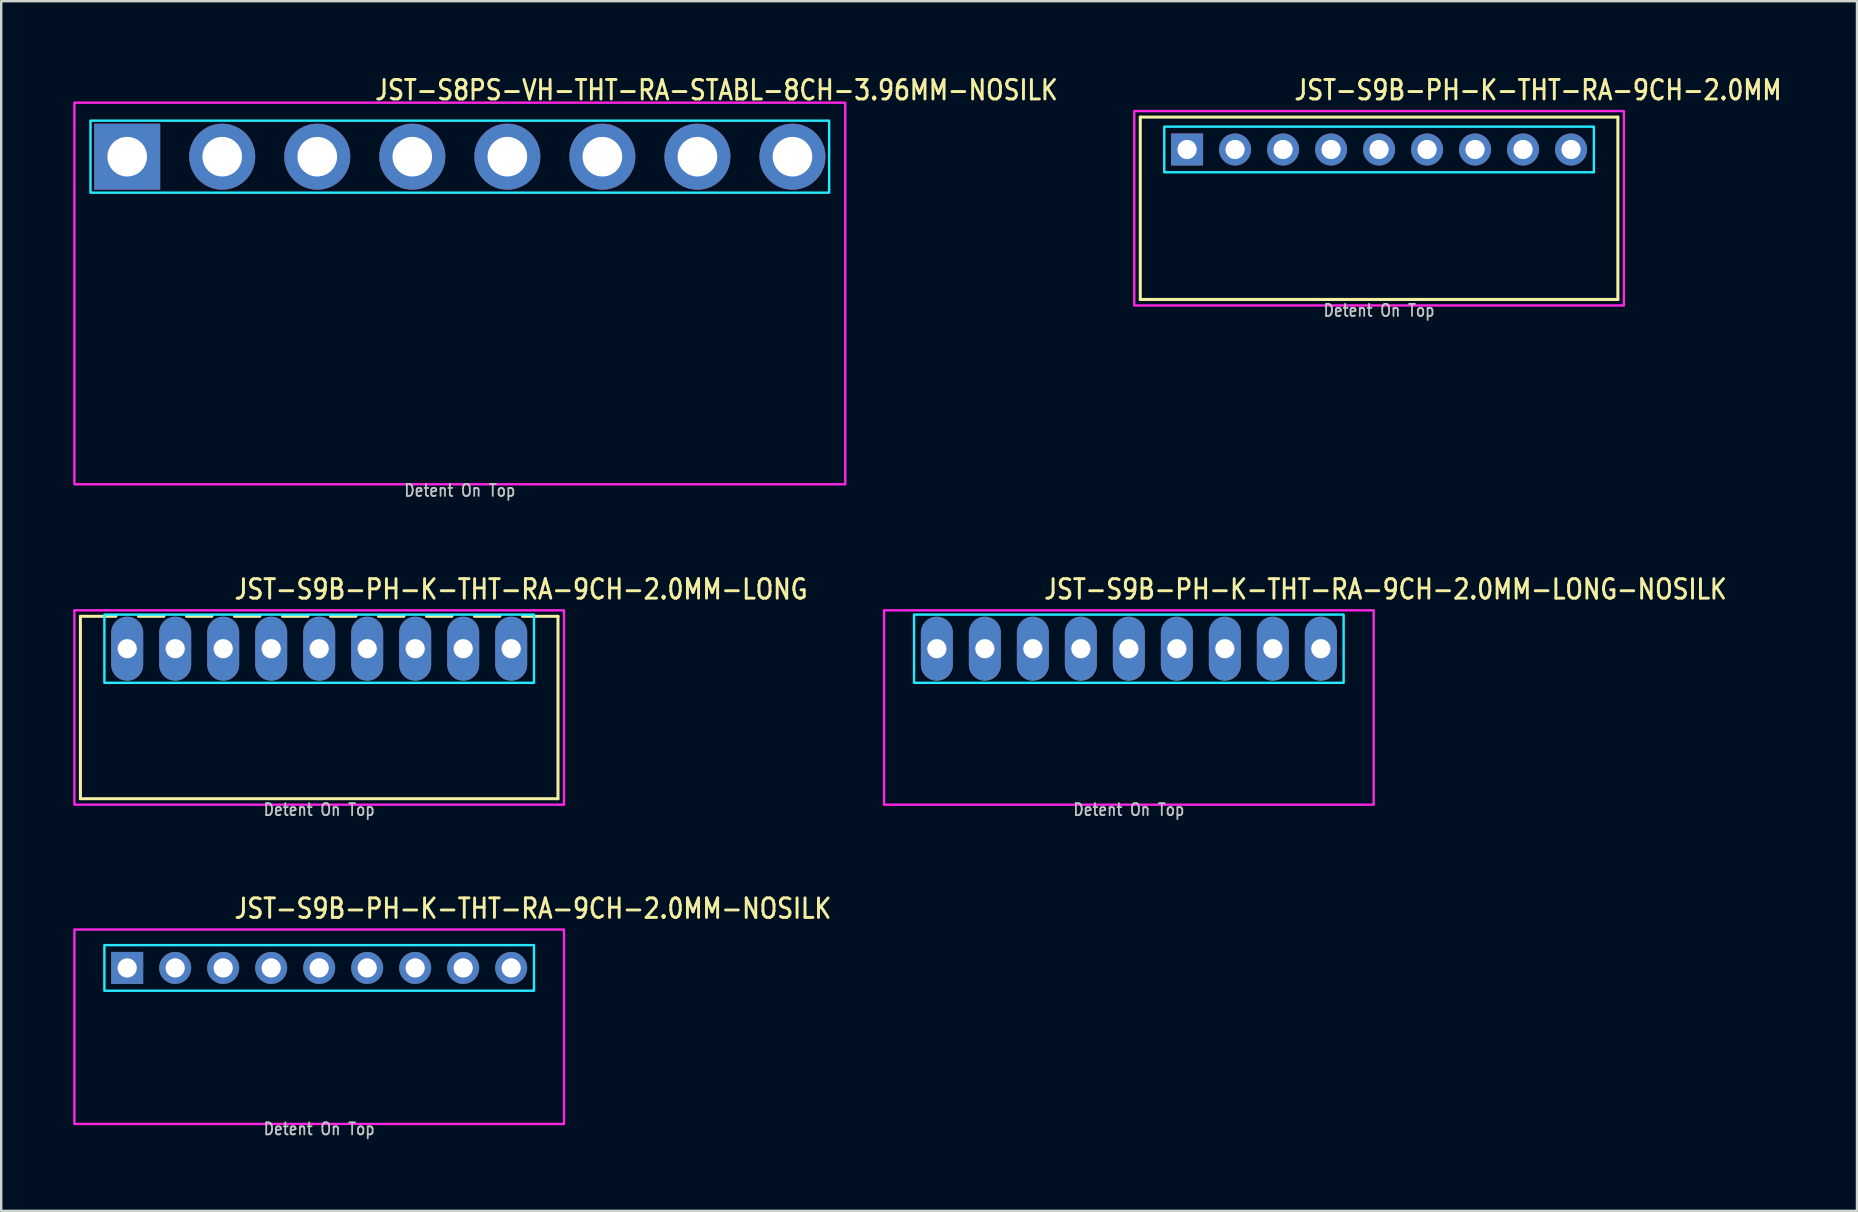
<source format=kicad_pcb>
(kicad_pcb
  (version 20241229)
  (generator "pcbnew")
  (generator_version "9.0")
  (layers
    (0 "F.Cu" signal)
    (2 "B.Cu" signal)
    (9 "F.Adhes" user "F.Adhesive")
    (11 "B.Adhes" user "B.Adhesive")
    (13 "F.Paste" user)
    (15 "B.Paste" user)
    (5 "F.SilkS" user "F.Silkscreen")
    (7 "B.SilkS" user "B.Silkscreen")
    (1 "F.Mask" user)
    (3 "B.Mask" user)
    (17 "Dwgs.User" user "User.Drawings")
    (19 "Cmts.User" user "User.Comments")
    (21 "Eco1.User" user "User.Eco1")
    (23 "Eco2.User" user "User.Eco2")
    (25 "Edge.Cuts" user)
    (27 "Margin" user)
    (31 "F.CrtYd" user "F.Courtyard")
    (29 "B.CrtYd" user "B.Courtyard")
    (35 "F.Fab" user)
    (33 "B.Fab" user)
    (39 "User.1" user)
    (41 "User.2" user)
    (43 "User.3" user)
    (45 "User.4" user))
  (footprint "JST-S8PS-VH-THT-RA-STABL-8CH-3.96MM-NOSILK"
    (layer "F.Cu")
    (at 16.11 3.479)
    (property "Reference" "JST-S8PS-VH-THT-RA-STABL-8CH-3.96MM-NOSILK" (at -3.6 -2.3 0) (unlocked yes) (layer "F.SilkS") (effects (font (size 0.813 0.695) (thickness 0.122)) (justify left bottom)))
    (fp_poly (pts (xy -15.39 -1.5) (xy -15.39 1.5) (xy 15.39 1.5) (xy 15.39 -1.5)) (stroke (width 0.1) (type solid)) (fill no) (layer "B.CrtYd"))
    (fp_poly (pts (xy -16.06 13.65) (xy 16.06 13.65) (xy 16.06 -2.25) (xy -16.06 -2.25)) (stroke (width 0.1) (type solid)) (fill no) (layer "F.CrtYd"))
    (fp_text user "Detent On Top" (at 0 14.2 0) (unlocked yes) (layer "Dwgs.User") (effects (font (size 0.5 0.427) (thickness 0.075)) (justify bottom)))
    (pad "P$1" thru_hole rect (at -13.86 0) (size 2.75 2.75) (drill 1.65) (layers "*.Cu" "*.Mask"))
    (pad "P$2" thru_hole oval (at -9.9 0) (size 2.75 2.75) (drill 1.65) (layers "*.Cu" "*.Mask"))
    (pad "P$3" thru_hole oval (at -5.94 0) (size 2.75 2.75) (drill 1.65) (layers "*.Cu" "*.Mask"))
    (pad "P$4" thru_hole oval (at -1.98 0) (size 2.75 2.75) (drill 1.65) (layers "*.Cu" "*.Mask"))
    (pad "P$5" thru_hole oval (at 1.98 0) (size 2.75 2.75) (drill 1.65) (layers "*.Cu" "*.Mask"))
    (pad "P$6" thru_hole oval (at 5.94 0) (size 2.75 2.75) (drill 1.65) (layers "*.Cu" "*.Mask"))
    (pad "P$7" thru_hole oval (at 9.9 0) (size 2.75 2.75) (drill 1.65) (layers "*.Cu" "*.Mask"))
    (pad "P$8" thru_hole oval (at 13.86 0) (size 2.75 2.75) (drill 1.65) (layers "*.Cu" "*.Mask")))
  (footprint "JST-S9B-PH-K-THT-RA-9CH-2.0MM-NOSILK"
    (layer "F.Cu")
    (at 10.25 37.282)
    (property "Reference" "JST-S9B-PH-K-THT-RA-9CH-2.0MM-NOSILK" (at -3.6 -2 0) (unlocked yes) (layer "F.SilkS") (effects (font (size 0.813 0.695) (thickness 0.122)) (justify left bottom)))
    (fp_poly (pts (xy -8.95 -0.95) (xy -8.95 0.95) (xy 8.95 0.95) (xy 8.95 -0.95)) (stroke (width 0.1) (type solid)) (fill no) (layer "B.CrtYd"))
    (fp_poly (pts (xy -10.2 -1.6) (xy -10.2 6.5) (xy 10.2 6.5) (xy 10.2 -1.6)) (stroke (width 0.1) (type solid)) (fill no) (layer "F.CrtYd"))
    (fp_text user "Detent On Top" (at 0 7 0) (unlocked yes) (layer "Dwgs.User") (effects (font (size 0.5 0.427) (thickness 0.075)) (justify bottom)))
    (pad "P$1" thru_hole rect (at -8 0) (size 1.333 1.333) (drill 0.8) (layers "*.Cu" "*.Mask"))
    (pad "P$2" thru_hole oval (at -6 0) (size 1.333 1.333) (drill 0.8) (layers "*.Cu" "*.Mask"))
    (pad "P$3" thru_hole oval (at -4 0) (size 1.333 1.333) (drill 0.8) (layers "*.Cu" "*.Mask"))
    (pad "P$4" thru_hole oval (at -2 0) (size 1.333 1.333) (drill 0.8) (layers "*.Cu" "*.Mask"))
    (pad "P$5" thru_hole oval (at 0 0) (size 1.333 1.333) (drill 0.8) (layers "*.Cu" "*.Mask"))
    (pad "P$6" thru_hole oval (at 2 0) (size 1.333 1.333) (drill 0.8) (layers "*.Cu" "*.Mask"))
    (pad "P$7" thru_hole oval (at 4 0) (size 1.333 1.333) (drill 0.8) (layers "*.Cu" "*.Mask"))
    (pad "P$8" thru_hole oval (at 6 0) (size 1.333 1.333) (drill 0.8) (layers "*.Cu" "*.Mask"))
    (pad "P$9" thru_hole oval (at 8 0) (size 1.333 1.333) (drill 0.8) (layers "*.Cu" "*.Mask")))
  (footprint "JST-S9B-PH-K-THT-RA-9CH-2.0MM"
    (layer "F.Cu")
    (at 54.413 3.179)
    (property "Reference" "JST-S9B-PH-K-THT-RA-9CH-2.0MM" (at -3.6 -2 0) (unlocked yes) (layer "F.SilkS") (effects (font (size 0.813 0.695) (thickness 0.122)) (justify left bottom)))
    (fp_line (start -9.95 -1.35) (end 9.95 -1.35) (stroke (width 0.127) (type solid)) (layer "F.SilkS"))
    (fp_line (start -9.95 6.25) (end -9.95 -1.35) (stroke (width 0.127) (type solid)) (layer "F.SilkS"))
    (fp_line (start -9.95 6.25) (end 9.95 6.25) (stroke (width 0.127) (type solid)) (layer "F.SilkS"))
    (fp_line (start 9.95 -1.35) (end 9.95 6.25) (stroke (width 0.127) (type solid)) (layer "F.SilkS"))
    (fp_poly (pts (xy -8.95 -0.95) (xy -8.95 0.95) (xy 8.95 0.95) (xy 8.95 -0.95)) (stroke (width 0.1) (type solid)) (fill no) (layer "B.CrtYd"))
    (fp_poly (pts (xy -10.2 -1.6) (xy -10.2 6.5) (xy 10.2 6.5) (xy 10.2 -1.6)) (stroke (width 0.1) (type solid)) (fill no) (layer "F.CrtYd"))
    (fp_text user "Detent On Top" (at 0 7 0) (unlocked yes) (layer "Dwgs.User") (effects (font (size 0.5 0.427) (thickness 0.075)) (justify bottom)))
    (pad "P$1" thru_hole rect (at -8 0) (size 1.333 1.333) (drill 0.8) (layers "*.Cu" "*.Mask"))
    (pad "P$2" thru_hole oval (at -6 0) (size 1.333 1.333) (drill 0.8) (layers "*.Cu" "*.Mask"))
    (pad "P$3" thru_hole oval (at -4 0) (size 1.333 1.333) (drill 0.8) (layers "*.Cu" "*.Mask"))
    (pad "P$4" thru_hole oval (at -2 0) (size 1.333 1.333) (drill 0.8) (layers "*.Cu" "*.Mask"))
    (pad "P$5" thru_hole oval (at 0 0) (size 1.333 1.333) (drill 0.8) (layers "*.Cu" "*.Mask"))
    (pad "P$6" thru_hole oval (at 2 0) (size 1.333 1.333) (drill 0.8) (layers "*.Cu" "*.Mask"))
    (pad "P$7" thru_hole oval (at 4 0) (size 1.333 1.333) (drill 0.8) (layers "*.Cu" "*.Mask"))
    (pad "P$8" thru_hole oval (at 6 0) (size 1.333 1.333) (drill 0.8) (layers "*.Cu" "*.Mask"))
    (pad "P$9" thru_hole oval (at 8 0) (size 1.333 1.333) (drill 0.8) (layers "*.Cu" "*.Mask")))
  (footprint "JST-S9B-PH-K-THT-RA-9CH-2.0MM-LONG"
    (layer "F.Cu")
    (at 10.25 23.98)
    (property "Reference" "JST-S9B-PH-K-THT-RA-9CH-2.0MM-LONG" (at -3.6 -2 0) (unlocked yes) (layer "F.SilkS") (effects (font (size 0.813 0.695) (thickness 0.122)) (justify left bottom)))
    (fp_line (start -9.95 -1.35) (end -8.471 -1.35) (stroke (width 0.127) (type solid)) (layer "F.SilkS"))
    (fp_line (start -9.95 6.25) (end -9.95 -1.35) (stroke (width 0.127) (type solid)) (layer "F.SilkS"))
    (fp_line (start -9.95 6.25) (end 9.95 6.25) (stroke (width 0.127) (type solid)) (layer "F.SilkS"))
    (fp_line (start -7.529 -1.35) (end -6.471 -1.35) (stroke (width 0.127) (type solid)) (layer "F.SilkS"))
    (fp_line (start -5.529 -1.35) (end -4.471 -1.35) (stroke (width 0.127) (type solid)) (layer "F.SilkS"))
    (fp_line (start -3.529 -1.35) (end -2.471 -1.35) (stroke (width 0.127) (type solid)) (layer "F.SilkS"))
    (fp_line (start -1.529 -1.35) (end -0.471 -1.35) (stroke (width 0.127) (type solid)) (layer "F.SilkS"))
    (fp_line (start 0.471 -1.35) (end 1.529 -1.35) (stroke (width 0.127) (type solid)) (layer "F.SilkS"))
    (fp_line (start 2.471 -1.35) (end 3.529 -1.35) (stroke (width 0.127) (type solid)) (layer "F.SilkS"))
    (fp_line (start 4.471 -1.35) (end 5.529 -1.35) (stroke (width 0.127) (type solid)) (layer "F.SilkS"))
    (fp_line (start 6.471 -1.35) (end 7.529 -1.35) (stroke (width 0.127) (type solid)) (layer "F.SilkS"))
    (fp_line (start 8.471 -1.35) (end 9.95 -1.35) (stroke (width 0.127) (type solid)) (layer "F.SilkS"))
    (fp_line (start 9.95 -1.35) (end 9.95 6.25) (stroke (width 0.127) (type solid)) (layer "F.SilkS"))
    (fp_poly (pts (xy -8.95 -1.42) (xy -8.95 1.42) (xy 8.95 1.42) (xy 8.95 -1.42)) (stroke (width 0.1) (type solid)) (fill no) (layer "B.CrtYd"))
    (fp_poly (pts (xy -10.2 -1.6) (xy -10.2 6.5) (xy 10.2 6.5) (xy 10.2 -1.6)) (stroke (width 0.1) (type solid)) (fill no) (layer "F.CrtYd"))
    (fp_text user "Detent On Top" (at 0 7 0) (unlocked yes) (layer "Dwgs.User") (effects (font (size 0.5 0.427) (thickness 0.075)) (justify bottom)))
    (pad "1" thru_hole oval (at -8 0 90) (size 2.667 1.333) (drill 0.8) (layers "*.Cu" "*.Mask"))
    (pad "2" thru_hole oval (at -6 0 90) (size 2.667 1.333) (drill 0.8) (layers "*.Cu" "*.Mask"))
    (pad "3" thru_hole oval (at -4 0 90) (size 2.667 1.333) (drill 0.8) (layers "*.Cu" "*.Mask"))
    (pad "4" thru_hole oval (at -2 0 90) (size 2.667 1.333) (drill 0.8) (layers "*.Cu" "*.Mask"))
    (pad "5" thru_hole oval (at 0 0 90) (size 2.667 1.333) (drill 0.8) (layers "*.Cu" "*.Mask"))
    (pad "6" thru_hole oval (at 2 0 90) (size 2.667 1.333) (drill 0.8) (layers "*.Cu" "*.Mask"))
    (pad "7" thru_hole oval (at 4 0 90) (size 2.667 1.333) (drill 0.8) (layers "*.Cu" "*.Mask"))
    (pad "8" thru_hole oval (at 6 0 90) (size 2.667 1.333) (drill 0.8) (layers "*.Cu" "*.Mask"))
    (pad "9" thru_hole oval (at 8 0 90) (size 2.667 1.333) (drill 0.8) (layers "*.Cu" "*.Mask")))
  (footprint "JST-S9B-PH-K-THT-RA-9CH-2.0MM-LONG-NOSILK"
    (layer "F.Cu")
    (at 43.987 23.98)
    (property "Reference" "JST-S9B-PH-K-THT-RA-9CH-2.0MM-LONG-NOSILK" (at -3.6 -2 0) (unlocked yes) (layer "F.SilkS") (effects (font (size 0.813 0.695) (thickness 0.122)) (justify left bottom)))
    (fp_poly (pts (xy -8.95 -1.42) (xy -8.95 1.42) (xy 8.95 1.42) (xy 8.95 -1.42)) (stroke (width 0.1) (type solid)) (fill no) (layer "B.CrtYd"))
    (fp_poly (pts (xy -10.2 -1.6) (xy -10.2 6.5) (xy 10.2 6.5) (xy 10.2 -1.6)) (stroke (width 0.1) (type solid)) (fill no) (layer "F.CrtYd"))
    (fp_text user "Detent On Top" (at 0 7 0) (unlocked yes) (layer "Dwgs.User") (effects (font (size 0.5 0.427) (thickness 0.075)) (justify bottom)))
    (pad "1" thru_hole oval (at -8 0 90) (size 2.667 1.333) (drill 0.8) (layers "*.Cu" "*.Mask"))
    (pad "2" thru_hole oval (at -6 0 90) (size 2.667 1.333) (drill 0.8) (layers "*.Cu" "*.Mask"))
    (pad "3" thru_hole oval (at -4 0 90) (size 2.667 1.333) (drill 0.8) (layers "*.Cu" "*.Mask"))
    (pad "4" thru_hole oval (at -2 0 90) (size 2.667 1.333) (drill 0.8) (layers "*.Cu" "*.Mask"))
    (pad "5" thru_hole oval (at 0 0 90) (size 2.667 1.333) (drill 0.8) (layers "*.Cu" "*.Mask"))
    (pad "6" thru_hole oval (at 2 0 90) (size 2.667 1.333) (drill 0.8) (layers "*.Cu" "*.Mask"))
    (pad "7" thru_hole oval (at 4 0 90) (size 2.667 1.333) (drill 0.8) (layers "*.Cu" "*.Mask"))
    (pad "8" thru_hole oval (at 6 0 90) (size 2.667 1.333) (drill 0.8) (layers "*.Cu" "*.Mask"))
    (pad "9" thru_hole oval (at 8 0 90) (size 2.667 1.333) (drill 0.8) (layers "*.Cu" "*.Mask")))
  (gr_rect
    (start -3 -3)
    (end 74.326 47.405)
    (stroke (width 0.1) (type default))
    (fill no)
    (layer "Edge.Cuts")))
</source>
